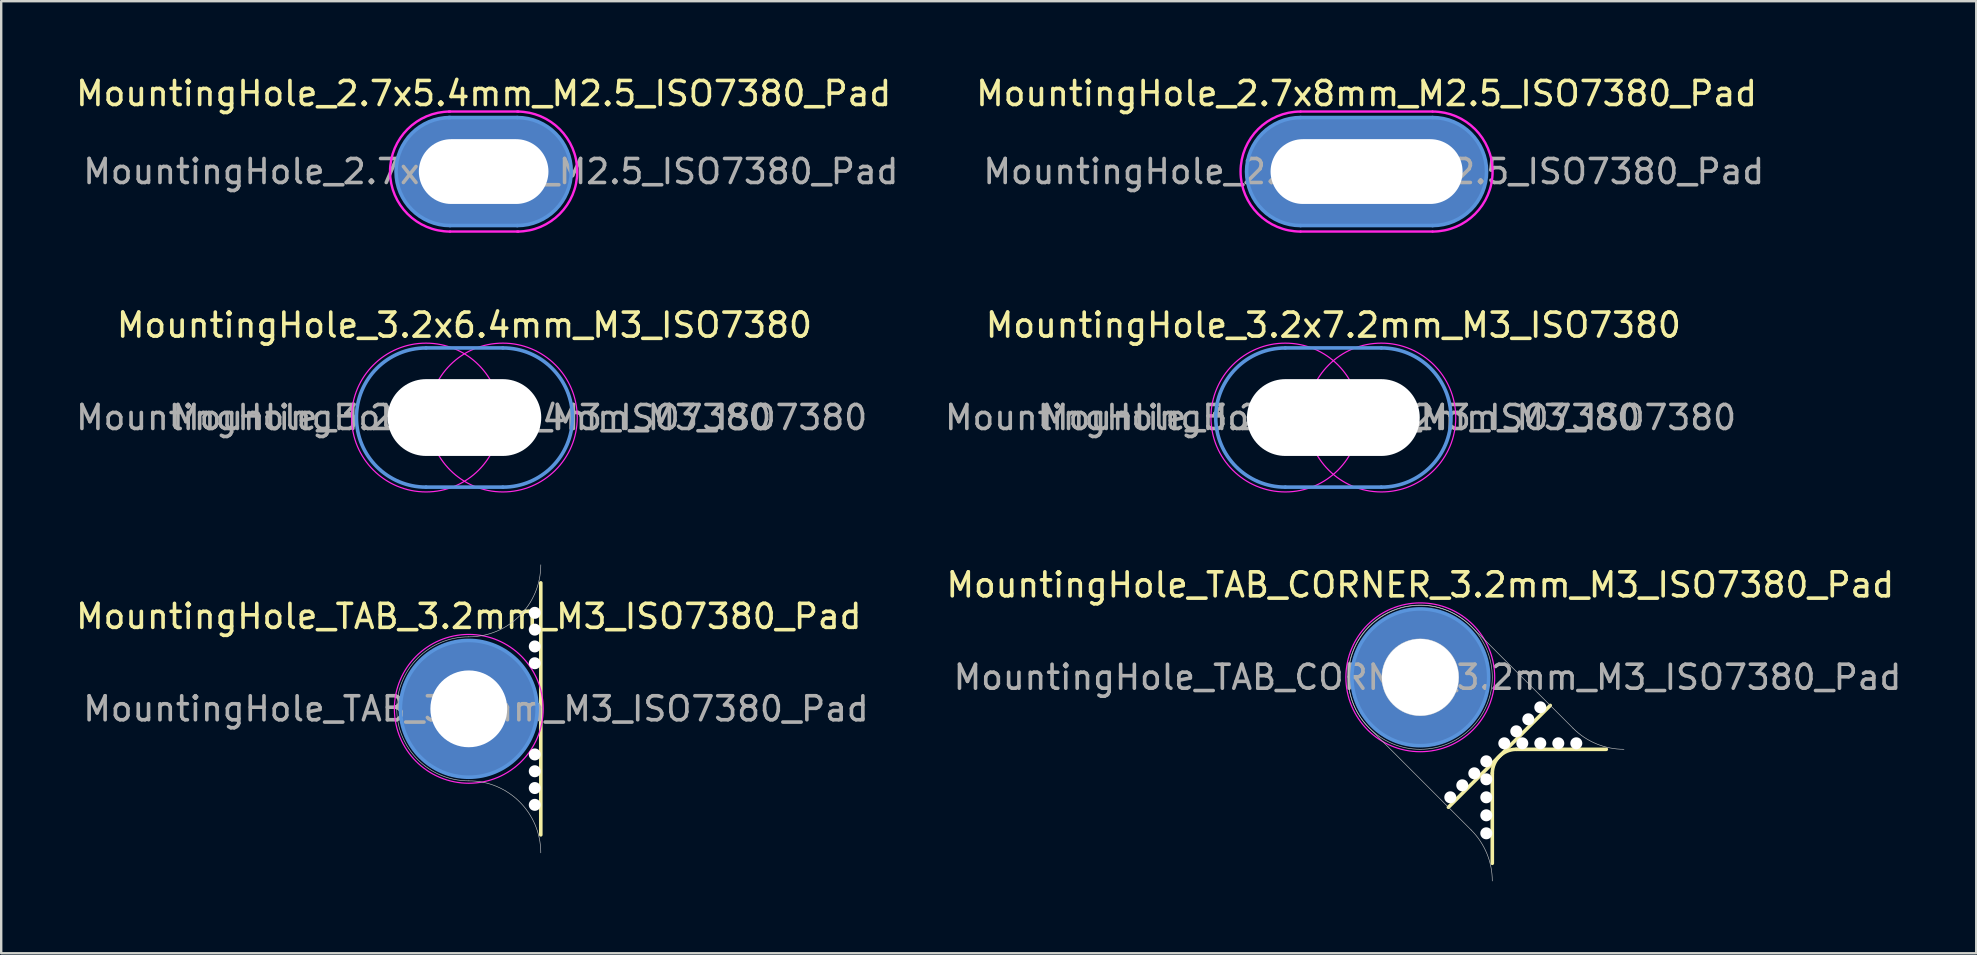
<source format=kicad_pcb>
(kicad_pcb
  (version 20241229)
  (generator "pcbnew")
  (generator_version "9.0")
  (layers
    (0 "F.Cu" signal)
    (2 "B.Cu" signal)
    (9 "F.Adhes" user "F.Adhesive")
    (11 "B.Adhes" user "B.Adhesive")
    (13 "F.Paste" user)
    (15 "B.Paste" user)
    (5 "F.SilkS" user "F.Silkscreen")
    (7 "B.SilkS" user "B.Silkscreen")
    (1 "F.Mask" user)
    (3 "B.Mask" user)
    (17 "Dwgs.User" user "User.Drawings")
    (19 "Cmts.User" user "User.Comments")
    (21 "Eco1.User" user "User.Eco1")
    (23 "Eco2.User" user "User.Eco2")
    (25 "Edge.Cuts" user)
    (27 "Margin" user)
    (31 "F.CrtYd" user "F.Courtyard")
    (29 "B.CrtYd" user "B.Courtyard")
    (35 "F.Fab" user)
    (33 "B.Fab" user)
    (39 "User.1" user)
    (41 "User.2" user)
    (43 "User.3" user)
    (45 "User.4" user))
  (footprint "MountingHole_TAB_3.2mm_M3_ISO7380_Pad"
    (layer "F.Cu")
    (at 16.482 26.484)
    (property "Reference" "MountingHole_TAB_3.2mm_M3_ISO7380_Pad" (at 0 -3.85 0) (layer "F.SilkS") (effects (font (size 1 1) (thickness 0.15))))
    (attr exclude_from_pos_files exclude_from_bom)
    (fp_line (start 3 -5.25) (end 3 5.25) (stroke (width 0.15) (type solid)) (layer "F.SilkS"))
    (fp_arc (start 0 3) (mid -3 0) (end 0 -3) (stroke (width 0.0254) (type solid)) (layer "Dwgs.User"))
    (fp_arc (start 0 3) (mid 2.12132 3.87868) (end 3 6) (stroke (width 0.0254) (type solid)) (layer "Dwgs.User"))
    (fp_arc (start 3 -6) (mid 2.12132 -3.87868) (end 0 -3) (stroke (width 0.0254) (type solid)) (layer "Dwgs.User"))
    (fp_circle (center 0 0) (end 2.85 0) (stroke (width 0.15) (type solid)) (fill no) (layer "Cmts.User"))
    (fp_circle (center 0 0) (end 3.1 0) (stroke (width 0.05) (type solid)) (fill no) (layer "F.CrtYd"))
    (fp_text user "${REFERENCE}" (at 0.3 0 0) (layer "F.Fab") (effects (font (size 1 1) (thickness 0.15))))
    (pad "" np_thru_hole circle (at 2.75 -4) (size 0.5 0.5) (drill 0.5) (layers "*.Cu" "*.Mask"))
    (pad "" np_thru_hole circle (at 2.75 -3.3) (size 0.5 0.5) (drill 0.5) (layers "*.Cu" "*.Mask"))
    (pad "" np_thru_hole circle (at 2.75 -2.6) (size 0.5 0.5) (drill 0.5) (layers "*.Cu" "*.Mask"))
    (pad "" np_thru_hole circle (at 2.75 -1.9) (size 0.5 0.5) (drill 0.5) (layers "*.Cu" "*.Mask"))
    (pad "" np_thru_hole circle (at 2.75 1.9) (size 0.5 0.5) (drill 0.5) (layers "*.Cu" "*.Mask"))
    (pad "" np_thru_hole circle (at 2.75 2.6) (size 0.5 0.5) (drill 0.5) (layers "*.Cu" "*.Mask"))
    (pad "" np_thru_hole circle (at 2.75 3.3) (size 0.5 0.5) (drill 0.5) (layers "*.Cu" "*.Mask"))
    (pad "" np_thru_hole circle (at 2.75 4) (size 0.5 0.5) (drill 0.5) (layers "*.Cu" "*.Mask"))
    (pad "1" thru_hole circle (at 0 0) (size 5.7 5.7) (drill 3.2) (layers "*.Cu" "*.Mask")))
  (footprint "MountingHole_3.2x6.4mm_M3_ISO7380"
    (layer "F.Cu")
    (at 16.301 14.347)
    (property "Reference" "MountingHole_3.2x6.4mm_M3_ISO7380" (at 0 -3.85 0) (layer "F.SilkS") (effects (font (size 1 1) (thickness 0.15))))
    (attr exclude_from_pos_files exclude_from_bom)
    (fp_line (start -1.6 2.9) (end 1.6 2.9) (stroke (width 0.15) (type solid)) (layer "Cmts.User"))
    (fp_line (start 1.6 -2.9) (end -1.6 -2.9) (stroke (width 0.15) (type solid)) (layer "Cmts.User"))
    (fp_arc (start -1.6 2.9) (mid -4.5 0) (end -1.6 -2.9) (stroke (width 0.15) (type solid)) (layer "Cmts.User"))
    (fp_arc (start 1.6 -2.9) (mid 4.5 0) (end 1.6 2.9) (stroke (width 0.15) (type solid)) (layer "Cmts.User"))
    (fp_circle (center -1.6 0) (end 1.5 0) (stroke (width 0.05) (type solid)) (fill no) (layer "F.CrtYd"))
    (fp_circle (center 1.6 0) (end 4.7 0) (stroke (width 0.05) (type solid)) (fill no) (layer "F.CrtYd"))
    (fp_text user "${REFERENCE}" (at 2.3 0 0) (layer "F.Fab") (effects (font (size 1 1) (thickness 0.15))))
    (fp_text user "${REFERENCE}" (at -1.7 0 0) (layer "F.Fab") (effects (font (size 1 1) (thickness 0.15))))
    (pad "" np_thru_hole oval (at 0 0) (size 6.4 3.2) (drill oval 6.4 3.2) (layers "*.Cu" "*.Mask")))
  (footprint "MountingHole_3.2x7.2mm_M3_ISO7380"
    (layer "F.Cu")
    (at 52.504 14.347)
    (property "Reference" "MountingHole_3.2x7.2mm_M3_ISO7380" (at 0 -3.85 0) (layer "F.SilkS") (effects (font (size 1 1) (thickness 0.15))))
    (attr exclude_from_pos_files exclude_from_bom)
    (fp_line (start -2 2.9) (end 2 2.9) (stroke (width 0.15) (type solid)) (layer "Cmts.User"))
    (fp_line (start 2 -2.9) (end -2 -2.9) (stroke (width 0.15) (type solid)) (layer "Cmts.User"))
    (fp_arc (start -2 2.9) (mid -4.9 0) (end -2 -2.9) (stroke (width 0.15) (type solid)) (layer "Cmts.User"))
    (fp_arc (start 2 -2.9) (mid 4.9 0) (end 2 2.9) (stroke (width 0.15) (type solid)) (layer "Cmts.User"))
    (fp_circle (center -2 0) (end 1.1 0) (stroke (width 0.05) (type solid)) (fill no) (layer "F.CrtYd"))
    (fp_circle (center 2 0) (end 5.1 0) (stroke (width 0.05) (type solid)) (fill no) (layer "F.CrtYd"))
    (fp_text user "${REFERENCE}" (at -1.7 0 0) (layer "F.Fab") (effects (font (size 1 1) (thickness 0.15))))
    (fp_text user "${REFERENCE}" (at 2.3 0 0) (layer "F.Fab") (effects (font (size 1 1) (thickness 0.15))))
    (pad "" np_thru_hole oval (at 0 0) (size 7.2 3.2) (drill oval 7.2 3.2) (layers "*.Cu" "*.Mask")))
  (footprint "MountingHole_2.7x8mm_M2.5_ISO7380_Pad"
    (layer "F.Cu")
    (at 53.889 4.098)
    (property "Reference" "MountingHole_2.7x8mm_M2.5_ISO7380_Pad" (at 0 -3.25 0) (layer "F.SilkS") (effects (font (size 1 1) (thickness 0.15))))
    (attr exclude_from_pos_files exclude_from_bom)
    (fp_line (start -2.75 2.25) (end 2.75 2.25) (stroke (width 0.15) (type solid)) (layer "Cmts.User"))
    (fp_line (start 2.75 -2.25) (end -2.75 -2.25) (stroke (width 0.15) (type solid)) (layer "Cmts.User"))
    (fp_arc (start -2.75 2.25) (mid -5 0) (end -2.75 -2.25) (stroke (width 0.15) (type solid)) (layer "Cmts.User"))
    (fp_arc (start 2.75 -2.25) (mid 5 0) (end 2.75 2.25) (stroke (width 0.15) (type solid)) (layer "Cmts.User"))
    (fp_line (start -2.75 2.5) (end 2.75 2.5) (stroke (width 0.1) (type solid)) (layer "F.CrtYd"))
    (fp_line (start 2.75 -2.5) (end -2.75 -2.5) (stroke (width 0.1) (type solid)) (layer "F.CrtYd"))
    (fp_arc (start -2.75 2.5) (mid -5.25 0) (end -2.75 -2.5) (stroke (width 0.1) (type solid)) (layer "F.CrtYd"))
    (fp_arc (start 2.75 -2.5) (mid 5.25 0) (end 2.75 2.5) (stroke (width 0.1) (type solid)) (layer "F.CrtYd"))
    (fp_text user "${REFERENCE}" (at 0.3 0 0) (layer "F.Fab") (effects (font (size 1 1) (thickness 0.15))))
    (pad "1" thru_hole oval (at 0 0) (size 10 4.5) (drill oval 8 2.7) (layers "*.Cu" "*.Mask")))
  (footprint "MountingHole_TAB_CORNER_3.2mm_M3_ISO7380_Pad"
    (layer "F.Cu")
    (at 56.127 25.17)
    (property "Reference" "MountingHole_TAB_CORNER_3.2mm_M3_ISO7380_Pad" (at 0 -3.85 0) (layer "F.SilkS") (effects (font (size 1 1) (thickness 0.15))))
    (attr exclude_from_pos_files exclude_from_bom)
    (fp_line (start 1.172 5.414) (end 5.414 1.172) (stroke (width 0.15) (type solid)) (layer "F.SilkS"))
    (fp_line (start 3 4) (end 3 7.75) (stroke (width 0.15) (type solid)) (layer "F.SilkS"))
    (fp_line (start 4 3) (end 7.75 3) (stroke (width 0.15) (type solid)) (layer "F.SilkS"))
    (fp_arc (start 3 4) (mid 3.292893 3.292893) (end 4 3) (stroke (width 0.15) (type solid)) (layer "F.SilkS"))
    (fp_line (start -2.121 2.121) (end 2.121 6.364) (stroke (width 0.025) (type solid)) (layer "Dwgs.User"))
    (fp_line (start 2.121 -2.121) (end 6.364 2.121) (stroke (width 0.025) (type solid)) (layer "Dwgs.User"))
    (fp_arc (start -2.121321 2.121319) (mid -2.12132 -2.121321) (end 2.12132 -2.12132) (stroke (width 0.0254) (type solid)) (layer "Dwgs.User"))
    (fp_arc (start 2.12132 6.363961) (mid 2.771638 7.337231) (end 3 8.485281) (stroke (width 0.0254) (type solid)) (layer "Dwgs.User"))
    (fp_arc (start 8.485281 3) (mid 7.337231 2.771639) (end 6.363961 2.12132) (stroke (width 0.0254) (type solid)) (layer "Dwgs.User"))
    (fp_circle (center 0 0) (end 1.6 0) (stroke (width 0.025) (type solid)) (fill no) (layer "Dwgs.User"))
    (fp_circle (center 0 0) (end 3 0) (stroke (width 0.025) (type solid)) (fill no) (layer "Dwgs.User"))
    (fp_circle (center 0 0) (end 2.85 0) (stroke (width 0.15) (type solid)) (fill no) (layer "Cmts.User"))
    (fp_circle (center 0 0) (end 3.1 0) (stroke (width 0.05) (type solid)) (fill no) (layer "F.CrtYd"))
    (fp_text user "${REFERENCE}" (at 0.3 0 0) (layer "F.Fab") (effects (font (size 1 1) (thickness 0.15))))
    (pad "" np_thru_hole circle (at 1.25 5) (size 0.5 0.5) (drill 0.5) (layers "*.Cu" "*.Mask"))
    (pad "" np_thru_hole circle (at 1.75 4.5) (size 0.5 0.5) (drill 0.5) (layers "*.Cu" "*.Mask"))
    (pad "" np_thru_hole circle (at 2.25 4) (size 0.5 0.5) (drill 0.5) (layers "*.Cu" "*.Mask"))
    (pad "" np_thru_hole circle (at 2.75 3.5) (size 0.5 0.5) (drill 0.5) (layers "*.Cu" "*.Mask"))
    (pad "" np_thru_hole circle (at 2.75 4.25) (size 0.5 0.5) (drill 0.5) (layers "*.Cu" "*.Mask"))
    (pad "" np_thru_hole circle (at 2.75 5) (size 0.5 0.5) (drill 0.5) (layers "*.Cu" "*.Mask"))
    (pad "" np_thru_hole circle (at 2.75 5.75) (size 0.5 0.5) (drill 0.5) (layers "*.Cu" "*.Mask"))
    (pad "" np_thru_hole circle (at 2.75 6.5) (size 0.5 0.5) (drill 0.5) (layers "*.Cu" "*.Mask"))
    (pad "" np_thru_hole circle (at 3.5 2.75) (size 0.5 0.5) (drill 0.5) (layers "*.Cu" "*.Mask"))
    (pad "" np_thru_hole circle (at 4 2.25) (size 0.5 0.5) (drill 0.5) (layers "*.Cu" "*.Mask"))
    (pad "" np_thru_hole circle (at 4.25 2.75) (size 0.5 0.5) (drill 0.5) (layers "*.Cu" "*.Mask"))
    (pad "" np_thru_hole circle (at 4.5 1.75) (size 0.5 0.5) (drill 0.5) (layers "*.Cu" "*.Mask"))
    (pad "" np_thru_hole circle (at 5 1.25) (size 0.5 0.5) (drill 0.5) (layers "*.Cu" "*.Mask"))
    (pad "" np_thru_hole circle (at 5 2.75) (size 0.5 0.5) (drill 0.5) (layers "*.Cu" "*.Mask"))
    (pad "" np_thru_hole circle (at 5.75 2.75) (size 0.5 0.5) (drill 0.5) (layers "*.Cu" "*.Mask"))
    (pad "" np_thru_hole circle (at 6.5 2.75) (size 0.5 0.5) (drill 0.5) (layers "*.Cu" "*.Mask"))
    (pad "1" thru_hole circle (at 0 0) (size 5.7 5.7) (drill 3.2) (layers "*.Cu" "*.Mask")))
  (footprint "MountingHole_2.7x5.4mm_M2.5_ISO7380_Pad"
    (layer "F.Cu")
    (at 17.101 4.098)
    (property "Reference" "MountingHole_2.7x5.4mm_M2.5_ISO7380_Pad" (at 0 -3.25 0) (layer "F.SilkS") (effects (font (size 1 1) (thickness 0.15))))
    (attr exclude_from_pos_files exclude_from_bom)
    (fp_line (start -1.4 2.25) (end 1.4 2.25) (stroke (width 0.15) (type solid)) (layer "Cmts.User"))
    (fp_line (start 1.4 -2.25) (end -1.45 -2.25) (stroke (width 0.15) (type solid)) (layer "Cmts.User"))
    (fp_arc (start -1.4 2.25) (mid -3.65 0) (end -1.4 -2.25) (stroke (width 0.15) (type solid)) (layer "Cmts.User"))
    (fp_arc (start 1.4 -2.25) (mid 3.65 0) (end 1.4 2.25) (stroke (width 0.15) (type solid)) (layer "Cmts.User"))
    (fp_line (start -1.4 2.5) (end 1.45 2.5) (stroke (width 0.1) (type solid)) (layer "F.CrtYd"))
    (fp_line (start 1.45 -2.5) (end -1.45 -2.5) (stroke (width 0.1) (type solid)) (layer "F.CrtYd"))
    (fp_arc (start -1.4 2.5) (mid -3.9 0) (end -1.4 -2.5) (stroke (width 0.1) (type solid)) (layer "F.CrtYd"))
    (fp_arc (start 1.4 -2.5) (mid 3.9 0) (end 1.4 2.5) (stroke (width 0.1) (type solid)) (layer "F.CrtYd"))
    (fp_text user "${REFERENCE}" (at 0.3 0 0) (layer "F.Fab") (effects (font (size 1 1) (thickness 0.15))))
    (pad "1" thru_hole oval (at 0 0) (size 7.2 4.5) (drill oval 5.4 2.7) (layers "*.Cu" "*.Mask")))
  (gr_rect
    (start -3 -3)
    (end 79.29 36.668)
    (stroke (width 0.1) (type default))
    (fill no)
    (layer "Edge.Cuts")))
</source>
